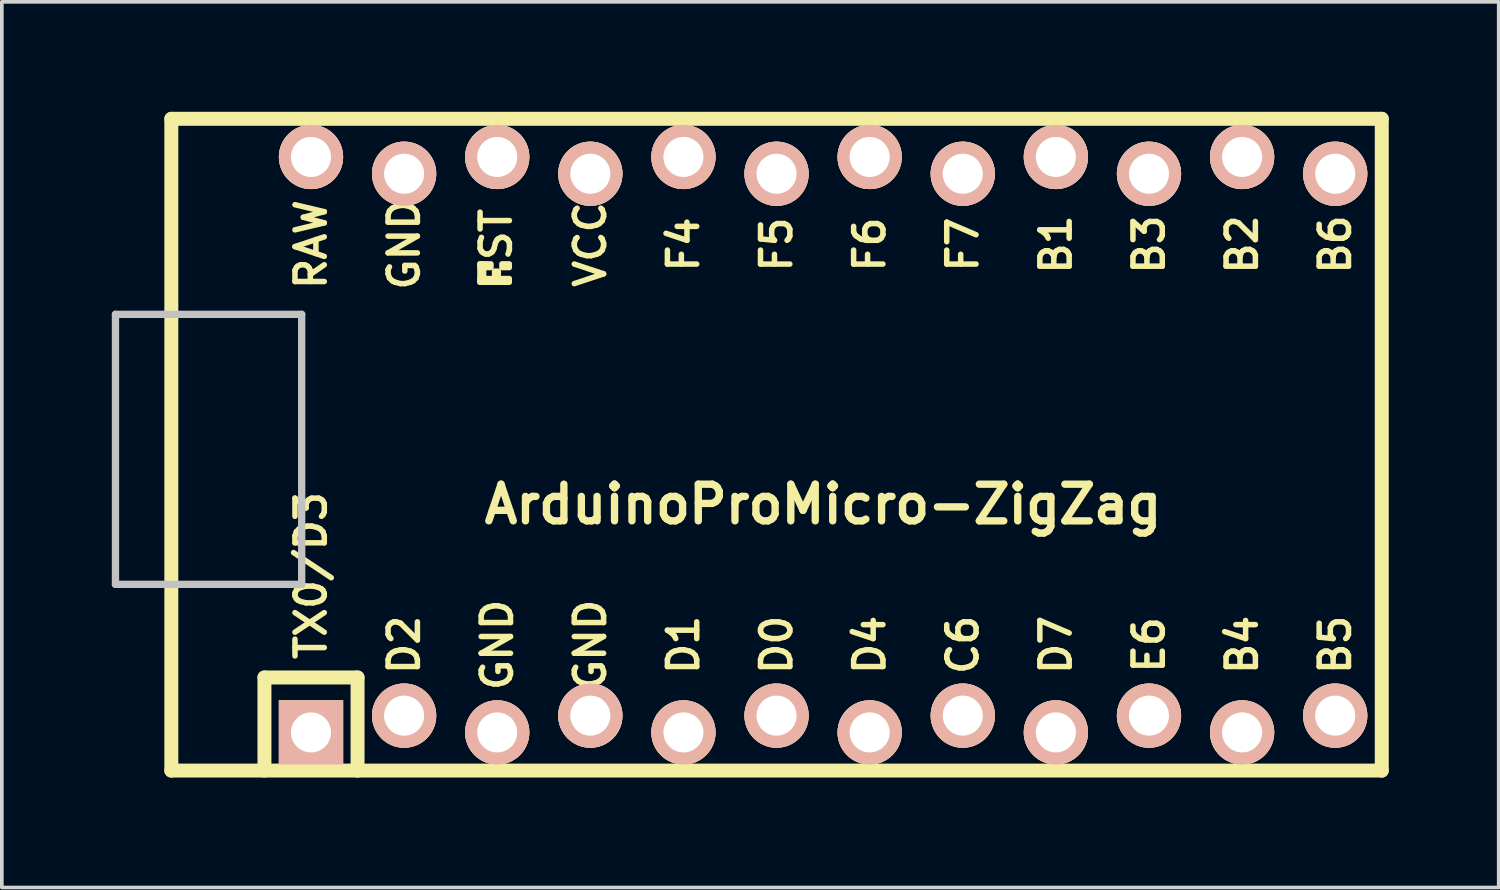
<source format=kicad_pcb>
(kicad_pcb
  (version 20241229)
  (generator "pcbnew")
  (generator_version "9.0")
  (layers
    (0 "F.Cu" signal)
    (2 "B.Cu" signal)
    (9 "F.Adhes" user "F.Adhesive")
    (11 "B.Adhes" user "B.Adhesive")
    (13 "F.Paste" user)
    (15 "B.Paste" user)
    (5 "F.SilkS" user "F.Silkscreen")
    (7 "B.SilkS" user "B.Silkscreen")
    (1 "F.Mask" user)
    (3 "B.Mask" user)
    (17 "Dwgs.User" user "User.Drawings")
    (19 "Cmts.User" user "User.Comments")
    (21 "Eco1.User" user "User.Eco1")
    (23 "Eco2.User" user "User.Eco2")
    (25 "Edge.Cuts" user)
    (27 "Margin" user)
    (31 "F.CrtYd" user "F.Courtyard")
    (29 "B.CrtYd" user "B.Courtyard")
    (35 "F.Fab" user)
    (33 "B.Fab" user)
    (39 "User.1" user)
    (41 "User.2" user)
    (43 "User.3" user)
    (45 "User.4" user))
  (footprint "ArduinoProMicro-ZigZag"
    (layer "F.Cu")
    (at 19.404 9.081)
    (property "Reference" "ArduinoProMicro-ZigZag" (at 0 1.625 0) (layer "F.SilkS") (effects (font (size 1 1) (thickness 0.2))))
    (attr through_hole)
    (fp_line (start -17.78 -8.89) (end -17.78 8.89) (stroke (width 0.381) (type solid)) (layer "F.SilkS"))
    (fp_line (start -17.78 8.89) (end 15.24 8.89) (stroke (width 0.381) (type solid)) (layer "F.SilkS"))
    (fp_line (start -15.24 6.35) (end -15.24 8.89) (stroke (width 0.381) (type solid)) (layer "F.SilkS"))
    (fp_line (start -15.24 6.35) (end -12.7 6.35) (stroke (width 0.381) (type solid)) (layer "F.SilkS"))
    (fp_line (start -12.7 6.35) (end -12.7 8.89) (stroke (width 0.381) (type solid)) (layer "F.SilkS"))
    (fp_line (start 15.24 -8.89) (end -17.78 -8.89) (stroke (width 0.381) (type solid)) (layer "F.SilkS"))
    (fp_line (start 15.24 8.89) (end 15.24 -8.89) (stroke (width 0.381) (type solid)) (layer "F.SilkS"))
    (fp_poly (pts (xy -9.361 -4.932) (xy -9.261 -4.932) (xy -9.261 -4.432) (xy -9.361 -4.432)) (stroke (width 0.15) (type solid)) (fill yes) (layer "F.SilkS"))
    (fp_poly (pts (xy -9.361 -4.932) (xy -9.061 -4.932) (xy -9.061 -4.832) (xy -9.361 -4.832)) (stroke (width 0.15) (type solid)) (fill yes) (layer "F.SilkS"))
    (fp_poly (pts (xy -9.361 -4.532) (xy -8.561 -4.532) (xy -8.561 -4.432) (xy -9.361 -4.432)) (stroke (width 0.15) (type solid)) (fill yes) (layer "F.SilkS"))
    (fp_poly (pts (xy -8.961 -4.732) (xy -8.861 -4.732) (xy -8.861 -4.632) (xy -8.961 -4.632)) (stroke (width 0.15) (type solid)) (fill yes) (layer "F.SilkS"))
    (fp_poly (pts (xy -8.761 -4.932) (xy -8.561 -4.932) (xy -8.561 -4.832) (xy -8.761 -4.832)) (stroke (width 0.15) (type solid)) (fill yes) (layer "F.SilkS"))
    (fp_line (start -19.304 -3.556) (end -14.224 -3.556) (stroke (width 0.2) (type solid)) (layer "Dwgs.User"))
    (fp_line (start -19.304 3.81) (end -19.304 -3.556) (stroke (width 0.2) (type solid)) (layer "Dwgs.User"))
    (fp_line (start -14.224 -3.556) (end -14.224 3.81) (stroke (width 0.2) (type solid)) (layer "Dwgs.User"))
    (fp_line (start -14.224 3.81) (end -19.304 3.81) (stroke (width 0.2) (type solid)) (layer "Dwgs.User"))
    (fp_text user "B4" (at 11.43 5.461 90) (layer "F.SilkS") (effects (font (size 0.8 0.8) (thickness 0.15))))
    (fp_text user "GND" (at -8.89 5.461 90) (layer "F.SilkS") (effects (font (size 0.8 0.8) (thickness 0.15))))
    (fp_text user "B6" (at 13.97 -5.461 90) (layer "F.SilkS") (effects (font (size 0.8 0.8) (thickness 0.15))))
    (fp_text user "F6" (at 1.27 -5.461 90) (layer "F.SilkS") (effects (font (size 0.8 0.8) (thickness 0.15))))
    (fp_text user "ST" (at -8.92 -5.733 90) (layer "F.SilkS") (effects (font (size 0.8 0.8) (thickness 0.15))))
    (fp_text user "F4" (at -3.81 -5.461 90) (layer "F.SilkS") (effects (font (size 0.8 0.8) (thickness 0.15))))
    (fp_text user "TX0/D3" (at -13.97 3.572 90) (layer "F.SilkS") (effects (font (size 0.8 0.8) (thickness 0.15))))
    (fp_text user "VCC" (at -6.35 -5.461 90) (layer "F.SilkS") (effects (font (size 0.8 0.8) (thickness 0.15))))
    (fp_text user "B2" (at 11.43 -5.461 90) (layer "F.SilkS") (effects (font (size 0.8 0.8) (thickness 0.15))))
    (fp_text user "F7" (at 3.81 -5.461 90) (layer "F.SilkS") (effects (font (size 0.8 0.8) (thickness 0.15))))
    (fp_text user "GND" (at -11.43 -5.461 90) (layer "F.SilkS") (effects (font (size 0.8 0.8) (thickness 0.15))))
    (fp_text user "F5" (at -1.27 -5.461 90) (layer "F.SilkS") (effects (font (size 0.8 0.8) (thickness 0.15))))
    (fp_text user "D4" (at 1.27 5.461 90) (layer "F.SilkS") (effects (font (size 0.8 0.8) (thickness 0.15))))
    (fp_text user "E6" (at 8.89 5.461 90) (layer "F.SilkS") (effects (font (size 0.8 0.8) (thickness 0.15))))
    (fp_text user "D0" (at -1.27 5.461 90) (layer "F.SilkS") (effects (font (size 0.8 0.8) (thickness 0.15))))
    (fp_text user "D7" (at 6.35 5.461 90) (layer "F.SilkS") (effects (font (size 0.8 0.8) (thickness 0.15))))
    (fp_text user "B3" (at 8.89 -5.461 90) (layer "F.SilkS") (effects (font (size 0.8 0.8) (thickness 0.15))))
    (fp_text user "RAW" (at -13.97 -5.461 90) (layer "F.SilkS") (effects (font (size 0.8 0.8) (thickness 0.15))))
    (fp_text user "D1" (at -3.81 5.461 90) (layer "F.SilkS") (effects (font (size 0.8 0.8) (thickness 0.15))))
    (fp_text user "B1" (at 6.35 -5.461 90) (layer "F.SilkS") (effects (font (size 0.8 0.8) (thickness 0.15))))
    (fp_text user "D2" (at -11.43 5.461 90) (layer "F.SilkS") (effects (font (size 0.8 0.8) (thickness 0.15))))
    (fp_text user "GND" (at -6.35 5.461 90) (layer "F.SilkS") (effects (font (size 0.8 0.8) (thickness 0.15))))
    (fp_text user "C6" (at 3.81 5.461 90) (layer "F.SilkS") (effects (font (size 0.8 0.8) (thickness 0.15))))
    (fp_text user "B5" (at 13.97 5.461 90) (layer "F.SilkS") (effects (font (size 0.8 0.8) (thickness 0.15))))
    (pad "1" thru_hole rect (at -13.97 7.849) (size 1.753 1.753) (drill 1.092) (layers "*.Cu" "*.SilkS" "*.Mask"))
    (pad "2" thru_hole circle (at -11.43 7.391) (size 1.753 1.753) (drill 1.092) (layers "*.Cu" "*.SilkS" "*.Mask"))
    (pad "3" thru_hole circle (at -8.89 7.849) (size 1.753 1.753) (drill 1.092) (layers "*.Cu" "*.SilkS" "*.Mask"))
    (pad "4" thru_hole circle (at -6.35 7.391) (size 1.753 1.753) (drill 1.092) (layers "*.Cu" "*.SilkS" "*.Mask"))
    (pad "5" thru_hole circle (at -3.81 7.849) (size 1.753 1.753) (drill 1.092) (layers "*.Cu" "*.SilkS" "*.Mask"))
    (pad "6" thru_hole circle (at -1.27 7.391) (size 1.753 1.753) (drill 1.092) (layers "*.Cu" "*.SilkS" "*.Mask"))
    (pad "7" thru_hole circle (at 1.27 7.849) (size 1.753 1.753) (drill 1.092) (layers "*.Cu" "*.SilkS" "*.Mask"))
    (pad "8" thru_hole circle (at 3.81 7.391) (size 1.753 1.753) (drill 1.092) (layers "*.Cu" "*.SilkS" "*.Mask"))
    (pad "9" thru_hole circle (at 6.35 7.849) (size 1.753 1.753) (drill 1.092) (layers "*.Cu" "*.SilkS" "*.Mask"))
    (pad "10" thru_hole circle (at 8.89 7.391) (size 1.753 1.753) (drill 1.092) (layers "*.Cu" "*.SilkS" "*.Mask"))
    (pad "11" thru_hole circle (at 11.43 7.849) (size 1.753 1.753) (drill 1.092) (layers "*.Cu" "*.SilkS" "*.Mask"))
    (pad "12" thru_hole circle (at 13.97 7.391) (size 1.753 1.753) (drill 1.092) (layers "*.Cu" "*.SilkS" "*.Mask"))
    (pad "13" thru_hole circle (at 13.97 -7.391) (size 1.753 1.753) (drill 1.092) (layers "*.Cu" "*.SilkS" "*.Mask"))
    (pad "14" thru_hole circle (at 11.43 -7.849) (size 1.753 1.753) (drill 1.092) (layers "*.Cu" "*.SilkS" "*.Mask"))
    (pad "15" thru_hole circle (at 8.89 -7.391) (size 1.753 1.753) (drill 1.092) (layers "*.Cu" "*.SilkS" "*.Mask"))
    (pad "16" thru_hole circle (at 6.35 -7.849) (size 1.753 1.753) (drill 1.092) (layers "*.Cu" "*.SilkS" "*.Mask"))
    (pad "17" thru_hole circle (at 3.81 -7.391) (size 1.753 1.753) (drill 1.092) (layers "*.Cu" "*.SilkS" "*.Mask"))
    (pad "18" thru_hole circle (at 1.27 -7.849) (size 1.753 1.753) (drill 1.092) (layers "*.Cu" "*.SilkS" "*.Mask"))
    (pad "19" thru_hole circle (at -1.27 -7.391) (size 1.753 1.753) (drill 1.092) (layers "*.Cu" "*.SilkS" "*.Mask"))
    (pad "20" thru_hole circle (at -3.81 -7.849) (size 1.753 1.753) (drill 1.092) (layers "*.Cu" "*.SilkS" "*.Mask"))
    (pad "21" thru_hole circle (at -6.35 -7.391) (size 1.753 1.753) (drill 1.092) (layers "*.Cu" "*.SilkS" "*.Mask"))
    (pad "22" thru_hole circle (at -8.89 -7.849) (size 1.753 1.753) (drill 1.092) (layers "*.Cu" "*.SilkS" "*.Mask"))
    (pad "23" thru_hole circle (at -11.43 -7.391) (size 1.753 1.753) (drill 1.092) (layers "*.Cu" "*.SilkS" "*.Mask"))
    (pad "24" thru_hole circle (at -13.97 -7.849) (size 1.753 1.753) (drill 1.092) (layers "*.Cu" "*.SilkS" "*.Mask")))
  (gr_rect
    (start -3 -3)
    (end 37.834 21.161)
    (stroke (width 0.1) (type default))
    (fill no)
    (layer "Edge.Cuts")))
</source>
